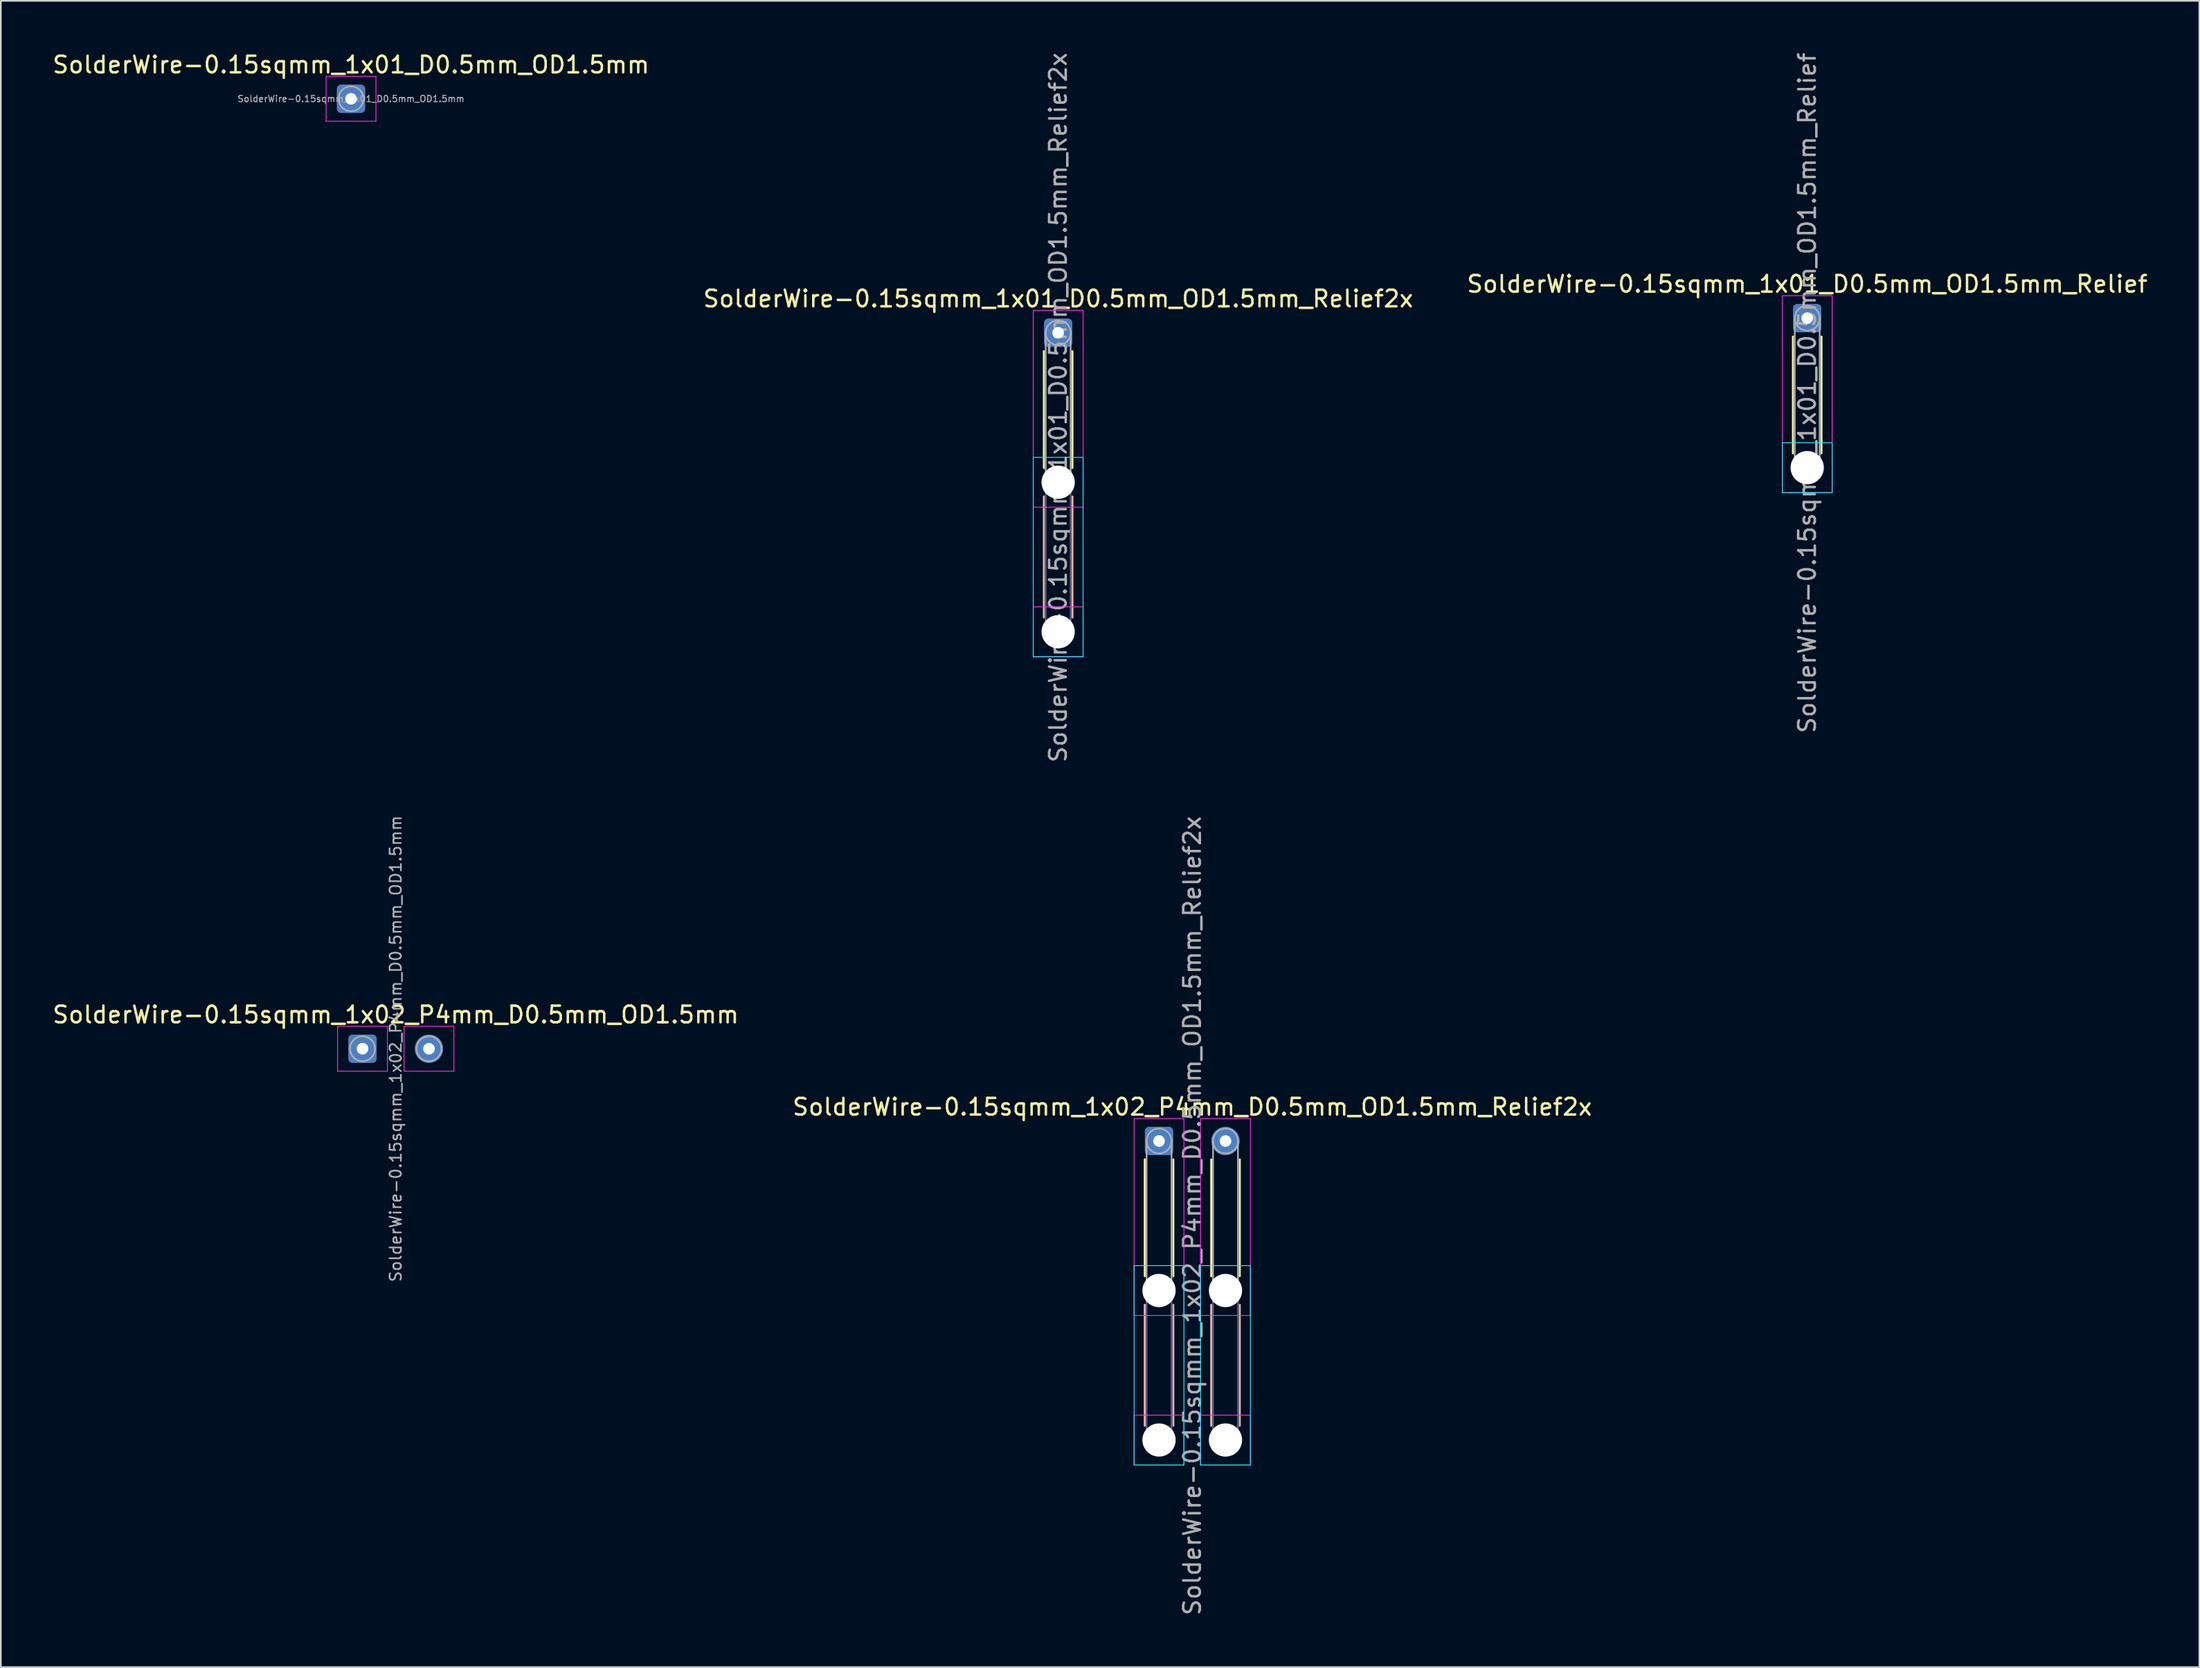
<source format=kicad_pcb>
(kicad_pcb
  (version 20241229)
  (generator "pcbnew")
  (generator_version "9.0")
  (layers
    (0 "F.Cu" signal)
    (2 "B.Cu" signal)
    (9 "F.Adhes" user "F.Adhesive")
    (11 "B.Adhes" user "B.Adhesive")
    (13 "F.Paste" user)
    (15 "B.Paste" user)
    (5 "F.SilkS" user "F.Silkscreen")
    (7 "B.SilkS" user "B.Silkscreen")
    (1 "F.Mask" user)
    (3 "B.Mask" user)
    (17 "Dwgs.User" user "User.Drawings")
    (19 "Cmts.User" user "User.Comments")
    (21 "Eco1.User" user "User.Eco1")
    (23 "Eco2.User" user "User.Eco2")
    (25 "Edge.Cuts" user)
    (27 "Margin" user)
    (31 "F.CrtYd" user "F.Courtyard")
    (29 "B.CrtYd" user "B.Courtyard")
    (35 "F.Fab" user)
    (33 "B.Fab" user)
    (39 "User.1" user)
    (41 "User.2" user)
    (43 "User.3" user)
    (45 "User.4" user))
  (footprint "SolderWire-0.15sqmm_1x01_D0.5mm_OD1.5mm"
    (layer "F.Cu")
    (at 18.077 2.898)
    (property "Reference" "SolderWire-0.15sqmm_1x01_D0.5mm_OD1.5mm" (at 0 -2.05 0) (layer "F.SilkS") (effects (font (size 1 1) (thickness 0.15))))
    (attr exclude_from_pos_files exclude_from_bom)
    (fp_line (start -1.5 -1.35) (end -1.5 1.35) (stroke (width 0.05) (type solid)) (layer "F.CrtYd"))
    (fp_line (start -1.5 1.35) (end 1.5 1.35) (stroke (width 0.05) (type solid)) (layer "F.CrtYd"))
    (fp_line (start 1.5 -1.35) (end -1.5 -1.35) (stroke (width 0.05) (type solid)) (layer "F.CrtYd"))
    (fp_line (start 1.5 1.35) (end 1.5 -1.35) (stroke (width 0.05) (type solid)) (layer "F.CrtYd"))
    (fp_circle (center 0 0) (end 0.75 0) (stroke (width 0.1) (type solid)) (fill no) (layer "F.Fab"))
    (fp_text user "${REFERENCE}" (at 0 0 0) (layer "F.Fab") (effects (font (size 0.38 0.38) (thickness 0.06))))
    (pad "1" thru_hole roundrect (at 0 0) (size 1.7 1.7) (drill 0.7) (layers "*.Cu" "*.Mask") (roundrect_rratio 0.147)))
  (footprint "SolderWire-0.15sqmm_1x01_D0.5mm_OD1.5mm_Relief2x"
    (layer "F.Cu")
    (at 60.637 16.982)
    (property "Reference" "SolderWire-0.15sqmm_1x01_D0.5mm_OD1.5mm_Relief2x" (at 0 -2.05 0) (layer "F.SilkS") (effects (font (size 1 1) (thickness 0.15))))
    (attr exclude_from_pos_files exclude_from_bom)
    (fp_line (start -0.86 1.11) (end -0.86 8.14) (stroke (width 0.12) (type solid)) (layer "F.SilkS"))
    (fp_line (start 0.86 1.11) (end 0.86 8.14) (stroke (width 0.12) (type solid)) (layer "F.SilkS"))
    (fp_line (start -0.86 9.86) (end -0.86 17.14) (stroke (width 0.12) (type solid)) (layer "B.SilkS"))
    (fp_line (start 0.86 9.86) (end 0.86 17.14) (stroke (width 0.12) (type solid)) (layer "B.SilkS"))
    (fp_line (start -1.5 7.5) (end -1.5 19.5) (stroke (width 0.05) (type solid)) (layer "B.CrtYd"))
    (fp_line (start -1.5 19.5) (end 1.5 19.5) (stroke (width 0.05) (type solid)) (layer "B.CrtYd"))
    (fp_line (start 1.5 7.5) (end -1.5 7.5) (stroke (width 0.05) (type solid)) (layer "B.CrtYd"))
    (fp_line (start 1.5 19.5) (end 1.5 7.5) (stroke (width 0.05) (type solid)) (layer "B.CrtYd"))
    (fp_line (start -1.5 -1.35) (end -1.5 10.5) (stroke (width 0.05) (type solid)) (layer "F.CrtYd"))
    (fp_line (start -1.5 10.5) (end 1.5 10.5) (stroke (width 0.05) (type solid)) (layer "F.CrtYd"))
    (fp_line (start -1.5 16.5) (end -1.5 19.5) (stroke (width 0.05) (type solid)) (layer "F.CrtYd"))
    (fp_line (start -1.5 19.5) (end 1.5 19.5) (stroke (width 0.05) (type solid)) (layer "F.CrtYd"))
    (fp_line (start 1.5 -1.35) (end -1.5 -1.35) (stroke (width 0.05) (type solid)) (layer "F.CrtYd"))
    (fp_line (start 1.5 10.5) (end 1.5 -1.35) (stroke (width 0.05) (type solid)) (layer "F.CrtYd"))
    (fp_line (start 1.5 16.5) (end -1.5 16.5) (stroke (width 0.05) (type solid)) (layer "F.CrtYd"))
    (fp_line (start 1.5 19.5) (end 1.5 16.5) (stroke (width 0.05) (type solid)) (layer "F.CrtYd"))
    (fp_line (start -0.75 9) (end -0.75 18) (stroke (width 0.1) (type solid)) (layer "B.Fab"))
    (fp_line (start 0.75 9) (end 0.75 18) (stroke (width 0.1) (type solid)) (layer "B.Fab"))
    (fp_circle (center 0 9) (end 0.75 9) (stroke (width 0.1) (type solid)) (fill no) (layer "B.Fab"))
    (fp_circle (center 0 18) (end 0.75 18) (stroke (width 0.1) (type solid)) (fill no) (layer "B.Fab"))
    (fp_line (start -0.75 0) (end -0.75 9) (stroke (width 0.1) (type solid)) (layer "F.Fab"))
    (fp_line (start 0.75 0) (end 0.75 9) (stroke (width 0.1) (type solid)) (layer "F.Fab"))
    (fp_circle (center 0 0) (end 0.75 0) (stroke (width 0.1) (type solid)) (fill no) (layer "F.Fab"))
    (fp_circle (center 0 9) (end 0.75 9) (stroke (width 0.1) (type solid)) (fill no) (layer "F.Fab"))
    (fp_circle (center 0 18) (end 0.75 18) (stroke (width 0.1) (type solid)) (fill no) (layer "F.Fab"))
    (fp_text user "${REFERENCE}" (at 0 4.5 90) (layer "F.Fab") (effects (font (size 1 1) (thickness 0.15))))
    (pad "" np_thru_hole circle (at 0 9) (size 2 2) (drill 2) (layers "*.Cu" "*.Mask"))
    (pad "" np_thru_hole circle (at 0 18) (size 2 2) (drill 2) (layers "*.Cu" "*.Mask"))
    (pad "1" thru_hole roundrect (at 0 0) (size 1.7 1.7) (drill 0.7) (layers "*.Cu" "*.Mask") (roundrect_rratio 0.147)))
  (footprint "SolderWire-0.15sqmm_1x02_P4mm_D0.5mm_OD1.5mm"
    (layer "F.Cu")
    (at 18.768 60.083)
    (property "Reference" "SolderWire-0.15sqmm_1x02_P4mm_D0.5mm_OD1.5mm" (at 2 -2.05 0) (layer "F.SilkS") (effects (font (size 1 1) (thickness 0.15))))
    (attr exclude_from_pos_files exclude_from_bom)
    (fp_line (start -1.5 -1.35) (end -1.5 1.35) (stroke (width 0.05) (type solid)) (layer "F.CrtYd"))
    (fp_line (start -1.5 1.35) (end 1.5 1.35) (stroke (width 0.05) (type solid)) (layer "F.CrtYd"))
    (fp_line (start 1.5 -1.35) (end -1.5 -1.35) (stroke (width 0.05) (type solid)) (layer "F.CrtYd"))
    (fp_line (start 1.5 1.35) (end 1.5 -1.35) (stroke (width 0.05) (type solid)) (layer "F.CrtYd"))
    (fp_line (start 2.5 -1.35) (end 2.5 1.35) (stroke (width 0.05) (type solid)) (layer "F.CrtYd"))
    (fp_line (start 2.5 1.35) (end 5.5 1.35) (stroke (width 0.05) (type solid)) (layer "F.CrtYd"))
    (fp_line (start 5.5 -1.35) (end 2.5 -1.35) (stroke (width 0.05) (type solid)) (layer "F.CrtYd"))
    (fp_line (start 5.5 1.35) (end 5.5 -1.35) (stroke (width 0.05) (type solid)) (layer "F.CrtYd"))
    (fp_circle (center 0 0) (end 0.75 0) (stroke (width 0.1) (type solid)) (fill no) (layer "F.Fab"))
    (fp_circle (center 4 0) (end 4.75 0) (stroke (width 0.1) (type solid)) (fill no) (layer "F.Fab"))
    (fp_text user "${REFERENCE}" (at 2 0 90) (layer "F.Fab") (effects (font (size 0.68 0.68) (thickness 0.1))))
    (pad "1" thru_hole roundrect (at 0 0) (size 1.7 1.7) (drill 0.7) (layers "*.Cu" "*.Mask") (roundrect_rratio 0.147))
    (pad "2" thru_hole circle (at 4 0) (size 1.7 1.7) (drill 0.7) (layers "*.Cu" "*.Mask")))
  (footprint "SolderWire-0.15sqmm_1x02_P4mm_D0.5mm_OD1.5mm_Relief2x"
    (layer "F.Cu")
    (at 66.708 65.637)
    (property "Reference" "SolderWire-0.15sqmm_1x02_P4mm_D0.5mm_OD1.5mm_Relief2x" (at 2 -2.05 0) (layer "F.SilkS") (effects (font (size 1 1) (thickness 0.15))))
    (attr exclude_from_pos_files exclude_from_bom)
    (fp_line (start -0.86 1.11) (end -0.86 8.14) (stroke (width 0.12) (type solid)) (layer "F.SilkS"))
    (fp_line (start 0.86 1.11) (end 0.86 8.14) (stroke (width 0.12) (type solid)) (layer "F.SilkS"))
    (fp_line (start 3.14 1.11) (end 3.14 8.14) (stroke (width 0.12) (type solid)) (layer "F.SilkS"))
    (fp_line (start 4.86 1.11) (end 4.86 8.14) (stroke (width 0.12) (type solid)) (layer "F.SilkS"))
    (fp_line (start -0.86 9.86) (end -0.86 17.14) (stroke (width 0.12) (type solid)) (layer "B.SilkS"))
    (fp_line (start 0.86 9.86) (end 0.86 17.14) (stroke (width 0.12) (type solid)) (layer "B.SilkS"))
    (fp_line (start 3.14 9.86) (end 3.14 17.14) (stroke (width 0.12) (type solid)) (layer "B.SilkS"))
    (fp_line (start 4.86 9.86) (end 4.86 17.14) (stroke (width 0.12) (type solid)) (layer "B.SilkS"))
    (fp_line (start -1.5 7.5) (end -1.5 19.5) (stroke (width 0.05) (type solid)) (layer "B.CrtYd"))
    (fp_line (start -1.5 19.5) (end 1.5 19.5) (stroke (width 0.05) (type solid)) (layer "B.CrtYd"))
    (fp_line (start 1.5 7.5) (end -1.5 7.5) (stroke (width 0.05) (type solid)) (layer "B.CrtYd"))
    (fp_line (start 1.5 19.5) (end 1.5 7.5) (stroke (width 0.05) (type solid)) (layer "B.CrtYd"))
    (fp_line (start 2.5 7.5) (end 2.5 19.5) (stroke (width 0.05) (type solid)) (layer "B.CrtYd"))
    (fp_line (start 2.5 19.5) (end 5.5 19.5) (stroke (width 0.05) (type solid)) (layer "B.CrtYd"))
    (fp_line (start 5.5 7.5) (end 2.5 7.5) (stroke (width 0.05) (type solid)) (layer "B.CrtYd"))
    (fp_line (start 5.5 19.5) (end 5.5 7.5) (stroke (width 0.05) (type solid)) (layer "B.CrtYd"))
    (fp_line (start -1.5 -1.35) (end -1.5 10.5) (stroke (width 0.05) (type solid)) (layer "F.CrtYd"))
    (fp_line (start -1.5 10.5) (end 1.5 10.5) (stroke (width 0.05) (type solid)) (layer "F.CrtYd"))
    (fp_line (start -1.5 16.5) (end -1.5 19.5) (stroke (width 0.05) (type solid)) (layer "F.CrtYd"))
    (fp_line (start -1.5 19.5) (end 1.5 19.5) (stroke (width 0.05) (type solid)) (layer "F.CrtYd"))
    (fp_line (start 1.5 -1.35) (end -1.5 -1.35) (stroke (width 0.05) (type solid)) (layer "F.CrtYd"))
    (fp_line (start 1.5 10.5) (end 1.5 -1.35) (stroke (width 0.05) (type solid)) (layer "F.CrtYd"))
    (fp_line (start 1.5 16.5) (end -1.5 16.5) (stroke (width 0.05) (type solid)) (layer "F.CrtYd"))
    (fp_line (start 1.5 19.5) (end 1.5 16.5) (stroke (width 0.05) (type solid)) (layer "F.CrtYd"))
    (fp_line (start 2.5 -1.35) (end 2.5 10.5) (stroke (width 0.05) (type solid)) (layer "F.CrtYd"))
    (fp_line (start 2.5 10.5) (end 5.5 10.5) (stroke (width 0.05) (type solid)) (layer "F.CrtYd"))
    (fp_line (start 2.5 16.5) (end 2.5 19.5) (stroke (width 0.05) (type solid)) (layer "F.CrtYd"))
    (fp_line (start 2.5 19.5) (end 5.5 19.5) (stroke (width 0.05) (type solid)) (layer "F.CrtYd"))
    (fp_line (start 5.5 -1.35) (end 2.5 -1.35) (stroke (width 0.05) (type solid)) (layer "F.CrtYd"))
    (fp_line (start 5.5 10.5) (end 5.5 -1.35) (stroke (width 0.05) (type solid)) (layer "F.CrtYd"))
    (fp_line (start 5.5 16.5) (end 2.5 16.5) (stroke (width 0.05) (type solid)) (layer "F.CrtYd"))
    (fp_line (start 5.5 19.5) (end 5.5 16.5) (stroke (width 0.05) (type solid)) (layer "F.CrtYd"))
    (fp_line (start -0.75 9) (end -0.75 18) (stroke (width 0.1) (type solid)) (layer "B.Fab"))
    (fp_line (start 0.75 9) (end 0.75 18) (stroke (width 0.1) (type solid)) (layer "B.Fab"))
    (fp_line (start 3.25 9) (end 3.25 18) (stroke (width 0.1) (type solid)) (layer "B.Fab"))
    (fp_line (start 4.75 9) (end 4.75 18) (stroke (width 0.1) (type solid)) (layer "B.Fab"))
    (fp_circle (center 0 9) (end 0.75 9) (stroke (width 0.1) (type solid)) (fill no) (layer "B.Fab"))
    (fp_circle (center 0 18) (end 0.75 18) (stroke (width 0.1) (type solid)) (fill no) (layer "B.Fab"))
    (fp_circle (center 4 9) (end 4.75 9) (stroke (width 0.1) (type solid)) (fill no) (layer "B.Fab"))
    (fp_circle (center 4 18) (end 4.75 18) (stroke (width 0.1) (type solid)) (fill no) (layer "B.Fab"))
    (fp_line (start -0.75 0) (end -0.75 9) (stroke (width 0.1) (type solid)) (layer "F.Fab"))
    (fp_line (start 0.75 0) (end 0.75 9) (stroke (width 0.1) (type solid)) (layer "F.Fab"))
    (fp_line (start 3.25 0) (end 3.25 9) (stroke (width 0.1) (type solid)) (layer "F.Fab"))
    (fp_line (start 4.75 0) (end 4.75 9) (stroke (width 0.1) (type solid)) (layer "F.Fab"))
    (fp_circle (center 0 0) (end 0.75 0) (stroke (width 0.1) (type solid)) (fill no) (layer "F.Fab"))
    (fp_circle (center 0 9) (end 0.75 9) (stroke (width 0.1) (type solid)) (fill no) (layer "F.Fab"))
    (fp_circle (center 0 18) (end 0.75 18) (stroke (width 0.1) (type solid)) (fill no) (layer "F.Fab"))
    (fp_circle (center 4 0) (end 4.75 0) (stroke (width 0.1) (type solid)) (fill no) (layer "F.Fab"))
    (fp_circle (center 4 9) (end 4.75 9) (stroke (width 0.1) (type solid)) (fill no) (layer "F.Fab"))
    (fp_circle (center 4 18) (end 4.75 18) (stroke (width 0.1) (type solid)) (fill no) (layer "F.Fab"))
    (fp_text user "${REFERENCE}" (at 2 4.5 90) (layer "F.Fab") (effects (font (size 1 1) (thickness 0.15))))
    (pad "" np_thru_hole circle (at 0 9) (size 2 2) (drill 2) (layers "*.Cu" "*.Mask"))
    (pad "" np_thru_hole circle (at 0 18) (size 2 2) (drill 2) (layers "*.Cu" "*.Mask"))
    (pad "" np_thru_hole circle (at 4 9) (size 2 2) (drill 2) (layers "*.Cu" "*.Mask"))
    (pad "" np_thru_hole circle (at 4 18) (size 2 2) (drill 2) (layers "*.Cu" "*.Mask"))
    (pad "1" thru_hole roundrect (at 0 0) (size 1.7 1.7) (drill 0.7) (layers "*.Cu" "*.Mask") (roundrect_rratio 0.147))
    (pad "2" thru_hole circle (at 4 0) (size 1.7 1.7) (drill 0.7) (layers "*.Cu" "*.Mask")))
  (footprint "SolderWire-0.15sqmm_1x01_D0.5mm_OD1.5mm_Relief"
    (layer "F.Cu")
    (at 105.72 16.101)
    (property "Reference" "SolderWire-0.15sqmm_1x01_D0.5mm_OD1.5mm_Relief" (at 0 -2.05 0) (layer "F.SilkS") (effects (font (size 1 1) (thickness 0.15))))
    (attr exclude_from_pos_files exclude_from_bom)
    (fp_line (start -0.86 1.11) (end -0.86 8.14) (stroke (width 0.12) (type solid)) (layer "F.SilkS"))
    (fp_line (start 0.86 1.11) (end 0.86 8.14) (stroke (width 0.12) (type solid)) (layer "F.SilkS"))
    (fp_line (start -1.5 7.5) (end -1.5 10.5) (stroke (width 0.05) (type solid)) (layer "B.CrtYd"))
    (fp_line (start -1.5 10.5) (end 1.5 10.5) (stroke (width 0.05) (type solid)) (layer "B.CrtYd"))
    (fp_line (start 1.5 7.5) (end -1.5 7.5) (stroke (width 0.05) (type solid)) (layer "B.CrtYd"))
    (fp_line (start 1.5 10.5) (end 1.5 7.5) (stroke (width 0.05) (type solid)) (layer "B.CrtYd"))
    (fp_line (start -1.5 -1.35) (end -1.5 10.5) (stroke (width 0.05) (type solid)) (layer "F.CrtYd"))
    (fp_line (start -1.5 10.5) (end 1.5 10.5) (stroke (width 0.05) (type solid)) (layer "F.CrtYd"))
    (fp_line (start 1.5 -1.35) (end -1.5 -1.35) (stroke (width 0.05) (type solid)) (layer "F.CrtYd"))
    (fp_line (start 1.5 10.5) (end 1.5 -1.35) (stroke (width 0.05) (type solid)) (layer "F.CrtYd"))
    (fp_line (start -0.75 0) (end -0.75 9) (stroke (width 0.1) (type solid)) (layer "F.Fab"))
    (fp_line (start 0.75 0) (end 0.75 9) (stroke (width 0.1) (type solid)) (layer "F.Fab"))
    (fp_circle (center 0 0) (end 0.75 0) (stroke (width 0.1) (type solid)) (fill no) (layer "F.Fab"))
    (fp_circle (center 0 9) (end 0.75 9) (stroke (width 0.1) (type solid)) (fill no) (layer "F.Fab"))
    (fp_text user "${REFERENCE}" (at 0 4.5 90) (layer "F.Fab") (effects (font (size 1 1) (thickness 0.15))))
    (pad "" np_thru_hole circle (at 0 9) (size 2 2) (drill 2) (layers "*.Cu" "*.Mask"))
    (pad "1" thru_hole roundrect (at 0 0) (size 1.7 1.7) (drill 0.7) (layers "*.Cu" "*.Mask") (roundrect_rratio 0.147)))
  (gr_rect
    (start -3 -3)
    (end 129.321 97.31)
    (stroke (width 0.1) (type default))
    (fill no)
    (layer "Edge.Cuts")))
</source>
